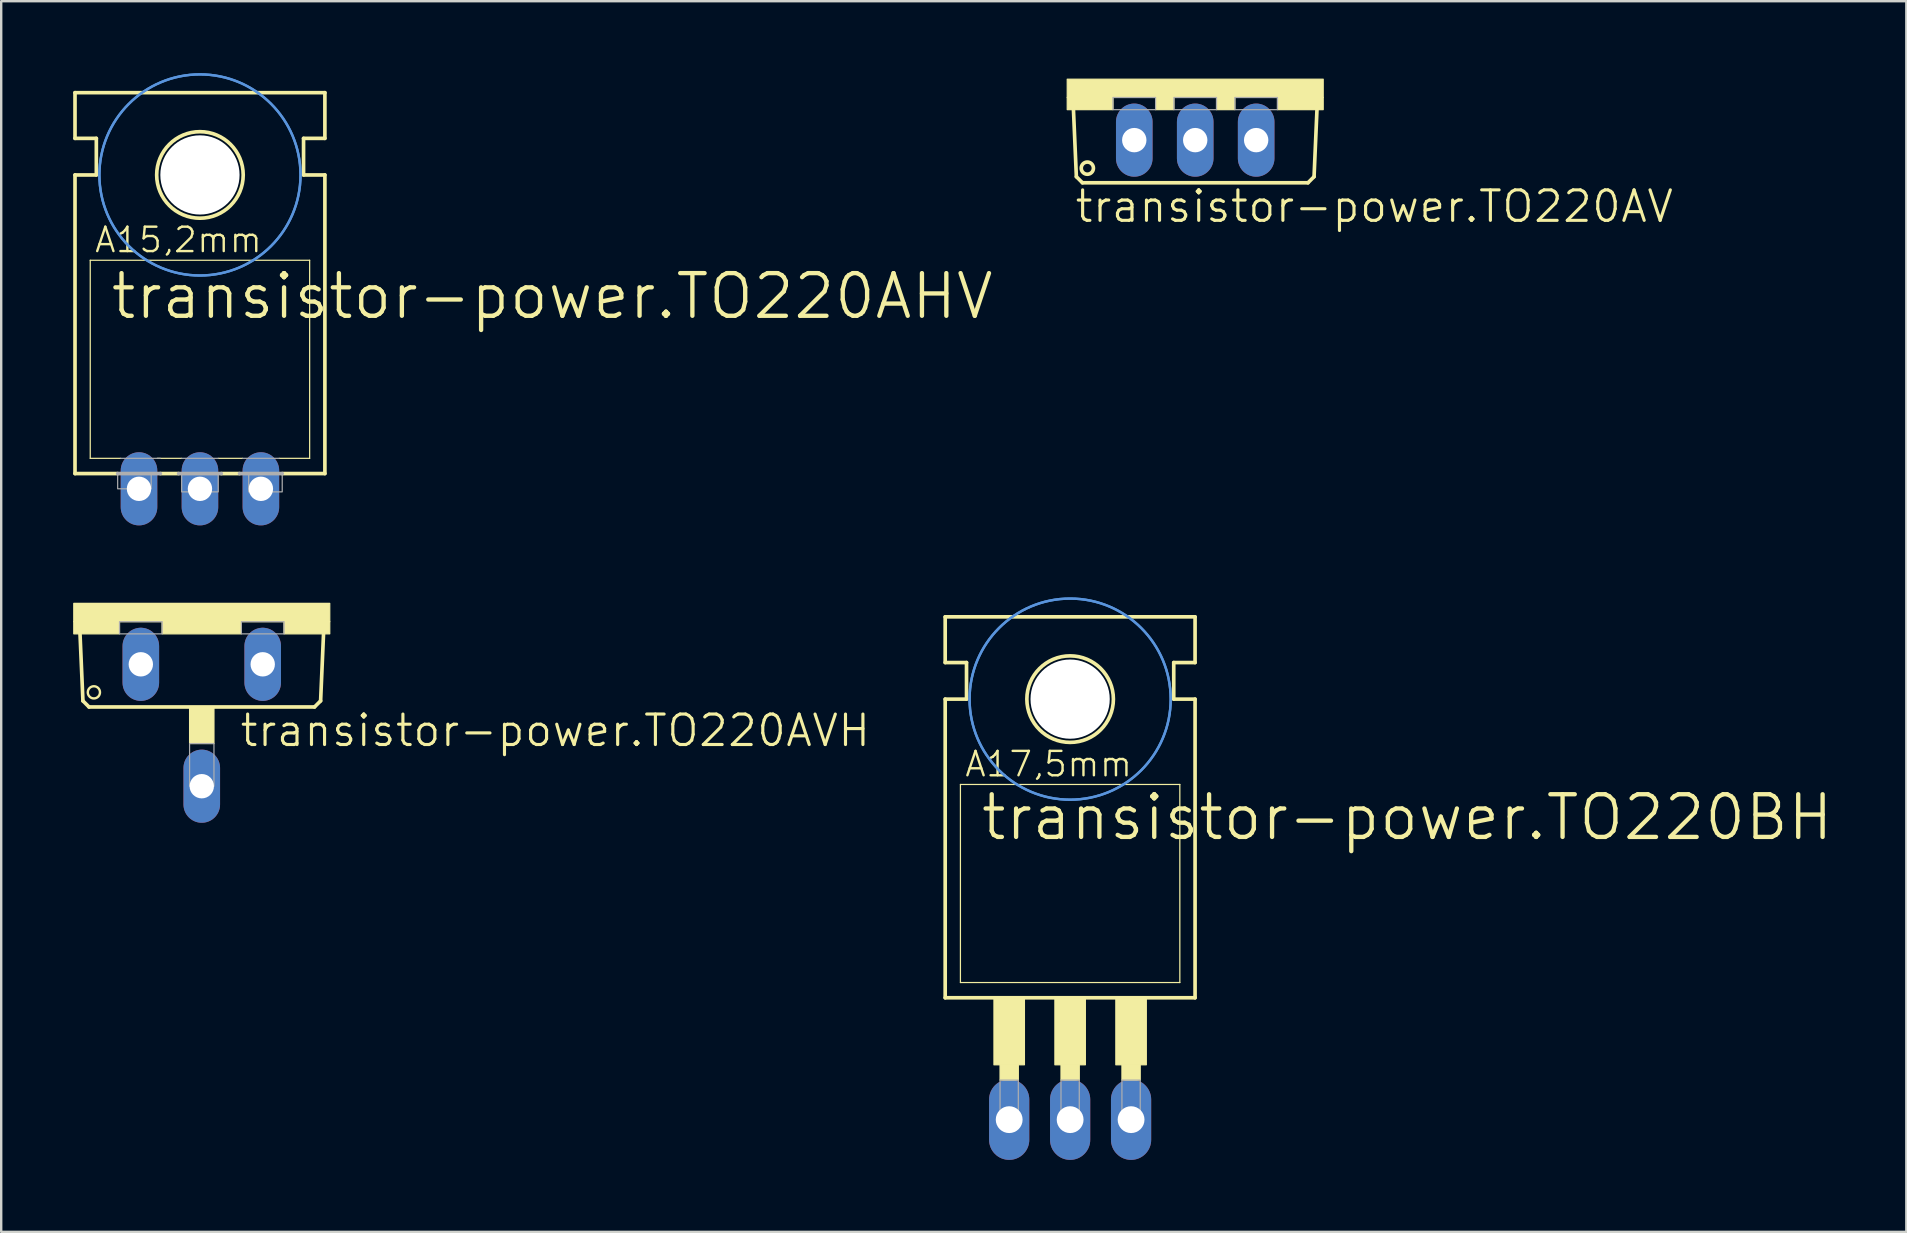
<source format=kicad_pcb>
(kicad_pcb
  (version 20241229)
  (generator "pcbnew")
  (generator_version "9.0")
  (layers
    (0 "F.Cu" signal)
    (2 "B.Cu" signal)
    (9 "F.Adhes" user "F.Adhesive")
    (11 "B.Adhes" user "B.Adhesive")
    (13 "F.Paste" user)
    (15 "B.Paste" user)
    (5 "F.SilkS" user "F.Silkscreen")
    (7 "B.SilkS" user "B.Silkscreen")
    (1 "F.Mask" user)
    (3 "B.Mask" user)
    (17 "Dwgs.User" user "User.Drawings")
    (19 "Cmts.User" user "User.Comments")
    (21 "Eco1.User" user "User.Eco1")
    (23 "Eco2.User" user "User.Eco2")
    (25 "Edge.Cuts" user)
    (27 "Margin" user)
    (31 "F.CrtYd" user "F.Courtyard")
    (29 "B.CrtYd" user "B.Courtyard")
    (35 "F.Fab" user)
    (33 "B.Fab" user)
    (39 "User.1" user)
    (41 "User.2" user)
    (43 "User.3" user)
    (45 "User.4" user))
  (footprint "transistor-power.TO220AV"
    (layer "F.Cu")
    (at 46.762 0.25)
    (property "Reference" "transistor-power.TO220AV" (at -5.08 6.045 0) (layer "F.SilkS") (effects (font (size 1.27 1.27) (thickness 0.13)) (justify left bottom)))
    (attr through_hole)
    (fp_line (start -4.953 4.064) (end -5.08 1.143) (stroke (width 0.152) (type default)) (layer "F.SilkS"))
    (fp_line (start -4.953 4.064) (end -4.699 4.318) (stroke (width 0.152) (type default)) (layer "F.SilkS"))
    (fp_line (start 4.699 4.318) (end -4.699 4.318) (stroke (width 0.152) (type default)) (layer "F.SilkS"))
    (fp_line (start 4.699 4.318) (end 4.953 4.064) (stroke (width 0.152) (type default)) (layer "F.SilkS"))
    (fp_line (start 5.08 1.143) (end 4.953 4.064) (stroke (width 0.152) (type default)) (layer "F.SilkS"))
    (fp_rect (start -5.334 0.762) (end 5.334 0) (stroke (width 0.05) (type default)) (fill yes) (layer "F.SilkS"))
    (fp_rect (start -5.334 1.27) (end -3.429 0.762) (stroke (width 0.05) (type default)) (fill yes) (layer "F.SilkS"))
    (fp_rect (start -1.651 1.27) (end -0.889 0.762) (stroke (width 0.05) (type default)) (fill yes) (layer "F.SilkS"))
    (fp_rect (start 0.889 1.27) (end 1.651 0.762) (stroke (width 0.05) (type default)) (fill yes) (layer "F.SilkS"))
    (fp_rect (start 3.429 1.27) (end 5.334 0.762) (stroke (width 0.05) (type default)) (fill yes) (layer "F.SilkS"))
    (fp_circle (center -4.496 3.708) (end -4.242 3.708) (stroke (width 0.152) (type default)) (fill no) (layer "F.SilkS"))
    (fp_rect (start -3.429 1.27) (end -1.651 0.762) (stroke (width 0.05) (type default)) (fill no) (layer "F.Fab"))
    (fp_rect (start -0.889 1.27) (end 0.889 0.762) (stroke (width 0.05) (type default)) (fill no) (layer "F.Fab"))
    (fp_rect (start 1.651 1.27) (end 3.429 0.762) (stroke (width 0.05) (type default)) (fill no) (layer "F.Fab"))
    (pad "B" thru_hole oval (at -2.54 2.54 90) (size 3.048 1.524) (drill 1.016) (layers "*.Cu" "*.Mask"))
    (pad "C" thru_hole oval (at 0 2.54 90) (size 3.048 1.524) (drill 1.016) (layers "*.Cu" "*.Mask"))
    (pad "E" thru_hole oval (at 2.54 2.54 90) (size 3.048 1.524) (drill 1.016) (layers "*.Cu" "*.Mask")))
  (footprint "transistor-power.TO220AHV"
    (layer "F.Cu")
    (at 5.283 15.417)
    (property "Reference" "transistor-power.TO220AHV" (at -3.81 -5.08 0) (layer "F.SilkS") (effects (font (size 1.778 1.778) (thickness 0.18)) (justify left bottom)))
    (attr through_hole)
    (fp_line (start -5.207 -12.7) (end -5.207 -14.605) (stroke (width 0.152) (type default)) (layer "F.SilkS"))
    (fp_line (start -5.207 -11.176) (end -4.318 -11.176) (stroke (width 0.152) (type default)) (layer "F.SilkS"))
    (fp_line (start -5.207 1.27) (end -5.207 -11.176) (stroke (width 0.152) (type default)) (layer "F.SilkS"))
    (fp_line (start -5.207 1.27) (end -3.429 1.27) (stroke (width 0.152) (type default)) (layer "F.SilkS"))
    (fp_line (start -4.572 0.635) (end -4.572 -7.62) (stroke (width 0.051) (type default)) (layer "F.SilkS"))
    (fp_line (start -4.572 0.635) (end -3.302 0.635) (stroke (width 0.051) (type default)) (layer "F.SilkS"))
    (fp_line (start -4.318 -12.7) (end -5.207 -12.7) (stroke (width 0.152) (type default)) (layer "F.SilkS"))
    (fp_line (start -4.318 -11.176) (end -4.318 -12.7) (stroke (width 0.152) (type default)) (layer "F.SilkS"))
    (fp_line (start -1.651 1.27) (end -0.889 1.27) (stroke (width 0.152) (type default)) (layer "F.SilkS"))
    (fp_line (start -0.762 0.635) (end -1.778 0.635) (stroke (width 0.051) (type default)) (layer "F.SilkS"))
    (fp_line (start 0.889 1.27) (end 1.651 1.27) (stroke (width 0.152) (type default)) (layer "F.SilkS"))
    (fp_line (start 1.778 0.635) (end 0.762 0.635) (stroke (width 0.051) (type default)) (layer "F.SilkS"))
    (fp_line (start 3.429 1.27) (end 5.207 1.27) (stroke (width 0.152) (type default)) (layer "F.SilkS"))
    (fp_line (start 4.318 -12.7) (end 5.207 -12.7) (stroke (width 0.152) (type default)) (layer "F.SilkS"))
    (fp_line (start 4.318 -11.176) (end 4.318 -12.7) (stroke (width 0.152) (type default)) (layer "F.SilkS"))
    (fp_line (start 4.572 -7.62) (end -4.572 -7.62) (stroke (width 0.051) (type default)) (layer "F.SilkS"))
    (fp_line (start 4.572 -7.62) (end 4.572 0.635) (stroke (width 0.051) (type default)) (layer "F.SilkS"))
    (fp_line (start 4.572 0.635) (end 3.302 0.635) (stroke (width 0.051) (type default)) (layer "F.SilkS"))
    (fp_line (start 5.207 -14.605) (end -5.207 -14.605) (stroke (width 0.152) (type default)) (layer "F.SilkS"))
    (fp_line (start 5.207 -12.7) (end 5.207 -14.605) (stroke (width 0.152) (type default)) (layer "F.SilkS"))
    (fp_line (start 5.207 -11.176) (end 4.318 -11.176) (stroke (width 0.152) (type default)) (layer "F.SilkS"))
    (fp_line (start 5.207 1.27) (end 5.207 -11.176) (stroke (width 0.152) (type default)) (layer "F.SilkS"))
    (fp_circle (center 0 -11.176) (end 1.803 -11.176) (stroke (width 0.152) (type default)) (fill no) (layer "F.SilkS"))
    (fp_circle (center 0 -11.176) (end 4.191 -11.176) (stroke (width 0.1) (type default)) (fill no) (layer "Cmts.User"))
    (fp_circle (center 0 -11.176) (end 4.191 -11.176) (stroke (width 0.1) (type default)) (fill no) (layer "Cmts.User"))
    (fp_line (start -3.429 1.27) (end -1.651 1.27) (stroke (width 0.152) (type default)) (layer "F.Fab"))
    (fp_line (start -3.302 0.635) (end -1.651 0.635) (stroke (width 0.051) (type default)) (layer "F.Fab"))
    (fp_line (start -0.889 1.27) (end 0.889 1.27) (stroke (width 0.152) (type default)) (layer "F.Fab"))
    (fp_line (start 0.762 0.635) (end -0.762 0.635) (stroke (width 0.051) (type default)) (layer "F.Fab"))
    (fp_line (start 1.651 1.27) (end 3.429 1.27) (stroke (width 0.152) (type default)) (layer "F.Fab"))
    (fp_line (start 3.302 0.635) (end 1.778 0.635) (stroke (width 0.051) (type default)) (layer "F.Fab"))
    (fp_rect (start -3.429 1.905) (end -2.032 1.27) (stroke (width 0.05) (type default)) (fill no) (layer "F.Fab"))
    (fp_rect (start -0.762 2.032) (end 0.762 1.27) (stroke (width 0.05) (type default)) (fill no) (layer "F.Fab"))
    (fp_rect (start 2.032 2.032) (end 3.429 1.27) (stroke (width 0.05) (type default)) (fill no) (layer "F.Fab"))
    (fp_text user "A15,2mm" (at -4.445 -7.874 0) (layer "F.SilkS") (effects (font (size 1.016 1.016) (thickness 0.1)) (justify left bottom)))
    (pad "" np_thru_hole circle (at 0 -11.176) (size 3.302 3.302) (drill 3.302) (layers "*.Cu" "*.Mask"))
    (pad "B" thru_hole oval (at -2.54 1.905 90) (size 3.048 1.524) (drill 1.016) (layers "*.Cu" "*.Mask"))
    (pad "C" thru_hole oval (at 0 1.905 90) (size 3.048 1.524) (drill 1.016) (layers "*.Cu" "*.Mask"))
    (pad "E" thru_hole oval (at 2.54 1.905 90) (size 3.048 1.524) (drill 1.016) (layers "*.Cu" "*.Mask")))
  (footprint "transistor-power.TO220AVH"
    (layer "F.Cu")
    (at 5.359 22.096)
    (property "Reference" "transistor-power.TO220AVH" (at 1.524 6.045 0) (layer "F.SilkS") (effects (font (size 1.27 1.27) (thickness 0.13)) (justify left bottom)))
    (attr through_hole)
    (fp_line (start -4.953 4.064) (end -5.08 1.143) (stroke (width 0.152) (type default)) (layer "F.SilkS"))
    (fp_line (start -4.953 4.064) (end -4.699 4.318) (stroke (width 0.152) (type default)) (layer "F.SilkS"))
    (fp_line (start 4.699 4.318) (end -4.699 4.318) (stroke (width 0.152) (type default)) (layer "F.SilkS"))
    (fp_line (start 4.699 4.318) (end 4.953 4.064) (stroke (width 0.152) (type default)) (layer "F.SilkS"))
    (fp_line (start 5.08 1.143) (end 4.953 4.064) (stroke (width 0.152) (type default)) (layer "F.SilkS"))
    (fp_rect (start -5.334 0.762) (end 5.334 0) (stroke (width 0.05) (type default)) (fill yes) (layer "F.SilkS"))
    (fp_rect (start -5.334 1.27) (end -3.429 0.762) (stroke (width 0.05) (type default)) (fill yes) (layer "F.SilkS"))
    (fp_rect (start -1.651 1.27) (end 1.651 0.762) (stroke (width 0.05) (type default)) (fill yes) (layer "F.SilkS"))
    (fp_rect (start -0.508 5.842) (end 0.508 4.318) (stroke (width 0.05) (type default)) (fill yes) (layer "F.SilkS"))
    (fp_rect (start 3.429 1.27) (end 5.334 0.762) (stroke (width 0.05) (type default)) (fill yes) (layer "F.SilkS"))
    (fp_circle (center -4.496 3.708) (end -4.242 3.708) (stroke (width 0.1) (type default)) (fill no) (layer "F.SilkS"))
    (fp_rect (start -3.429 1.27) (end -1.651 0.762) (stroke (width 0.05) (type default)) (fill no) (layer "F.Fab"))
    (fp_rect (start -0.508 7.62) (end 0.508 5.842) (stroke (width 0.05) (type default)) (fill no) (layer "F.Fab"))
    (fp_rect (start 1.651 1.27) (end 3.429 0.762) (stroke (width 0.05) (type default)) (fill no) (layer "F.Fab"))
    (pad "B" thru_hole oval (at -2.54 2.54 90) (size 3.048 1.524) (drill 1.016) (layers "*.Cu" "*.Mask"))
    (pad "C" thru_hole oval (at 0 7.62 90) (size 3.048 1.524) (drill 1.016) (layers "*.Cu" "*.Mask"))
    (pad "E" thru_hole oval (at 2.54 2.54 90) (size 3.048 1.524) (drill 1.016) (layers "*.Cu" "*.Mask")))
  (footprint "transistor-power.TO220BH"
    (layer "F.Cu")
    (at 41.549 37.263)
    (property "Reference" "transistor-power.TO220BH" (at -3.81 -5.207 0) (layer "F.SilkS") (effects (font (size 1.778 1.778) (thickness 0.18)) (justify left bottom)))
    (attr through_hole)
    (fp_line (start -5.207 -12.7) (end -5.207 -14.605) (stroke (width 0.152) (type default)) (layer "F.SilkS"))
    (fp_line (start -5.207 -11.176) (end -4.318 -11.176) (stroke (width 0.152) (type default)) (layer "F.SilkS"))
    (fp_line (start -5.207 1.27) (end -5.207 -11.176) (stroke (width 0.152) (type default)) (layer "F.SilkS"))
    (fp_line (start -5.207 1.27) (end 5.207 1.27) (stroke (width 0.152) (type default)) (layer "F.SilkS"))
    (fp_line (start -4.572 0.635) (end -4.572 -7.62) (stroke (width 0.051) (type default)) (layer "F.SilkS"))
    (fp_line (start -4.572 0.635) (end 4.572 0.635) (stroke (width 0.051) (type default)) (layer "F.SilkS"))
    (fp_line (start -4.318 -12.7) (end -5.207 -12.7) (stroke (width 0.152) (type default)) (layer "F.SilkS"))
    (fp_line (start -4.318 -11.176) (end -4.318 -12.7) (stroke (width 0.152) (type default)) (layer "F.SilkS"))
    (fp_line (start 4.318 -12.7) (end 5.207 -12.7) (stroke (width 0.152) (type default)) (layer "F.SilkS"))
    (fp_line (start 4.318 -11.176) (end 4.318 -12.7) (stroke (width 0.152) (type default)) (layer "F.SilkS"))
    (fp_line (start 4.572 -7.62) (end -4.572 -7.62) (stroke (width 0.051) (type default)) (layer "F.SilkS"))
    (fp_line (start 4.572 -7.62) (end 4.572 0.635) (stroke (width 0.051) (type default)) (layer "F.SilkS"))
    (fp_line (start 5.207 -14.605) (end -5.207 -14.605) (stroke (width 0.152) (type default)) (layer "F.SilkS"))
    (fp_line (start 5.207 -12.7) (end 5.207 -14.605) (stroke (width 0.152) (type default)) (layer "F.SilkS"))
    (fp_line (start 5.207 -11.176) (end 4.318 -11.176) (stroke (width 0.152) (type default)) (layer "F.SilkS"))
    (fp_line (start 5.207 1.27) (end 5.207 -11.176) (stroke (width 0.152) (type default)) (layer "F.SilkS"))
    (fp_rect (start -3.175 4.064) (end -1.905 1.27) (stroke (width 0.05) (type default)) (fill yes) (layer "F.SilkS"))
    (fp_rect (start -2.921 4.699) (end -2.159 4.064) (stroke (width 0.05) (type default)) (fill yes) (layer "F.SilkS"))
    (fp_rect (start -0.635 4.064) (end 0.635 1.27) (stroke (width 0.05) (type default)) (fill yes) (layer "F.SilkS"))
    (fp_rect (start -0.381 4.699) (end 0.381 4.064) (stroke (width 0.05) (type default)) (fill yes) (layer "F.SilkS"))
    (fp_rect (start 1.905 4.064) (end 3.175 1.27) (stroke (width 0.05) (type default)) (fill yes) (layer "F.SilkS"))
    (fp_rect (start 2.159 4.699) (end 2.921 4.064) (stroke (width 0.05) (type default)) (fill yes) (layer "F.SilkS"))
    (fp_circle (center 0 -11.176) (end 1.803 -11.176) (stroke (width 0.152) (type default)) (fill no) (layer "F.SilkS"))
    (fp_circle (center 0 -11.176) (end 4.191 -11.176) (stroke (width 0.1) (type default)) (fill no) (layer "Cmts.User"))
    (fp_circle (center 0 -11.176) (end 4.191 -11.176) (stroke (width 0.1) (type default)) (fill no) (layer "Cmts.User"))
    (fp_rect (start -2.921 6.604) (end -2.159 4.699) (stroke (width 0.05) (type default)) (fill no) (layer "F.Fab"))
    (fp_rect (start -0.381 6.604) (end 0.381 4.699) (stroke (width 0.05) (type default)) (fill no) (layer "F.Fab"))
    (fp_rect (start 2.159 6.604) (end 2.921 4.699) (stroke (width 0.05) (type default)) (fill no) (layer "F.Fab"))
    (fp_text user "A17,5mm" (at -4.445 -7.874 0) (layer "F.SilkS") (effects (font (size 1.016 1.016) (thickness 0.1)) (justify left bottom)))
    (pad "" np_thru_hole circle (at 0 -11.176) (size 3.302 3.302) (drill 3.302) (layers "*.Cu" "*.Mask"))
    (pad "D" thru_hole oval (at 0 6.35 90) (size 3.353 1.676) (drill 1.118) (layers "*.Cu" "*.Mask"))
    (pad "G" thru_hole oval (at -2.54 6.35 90) (size 3.353 1.676) (drill 1.118) (layers "*.Cu" "*.Mask"))
    (pad "S" thru_hole oval (at 2.54 6.35 90) (size 3.353 1.676) (drill 1.118) (layers "*.Cu" "*.Mask")))
  (gr_rect
    (start -3 -3)
    (end 76.399 48.289)
    (stroke (width 0.1) (type default))
    (fill no)
    (layer "Edge.Cuts")))
</source>
